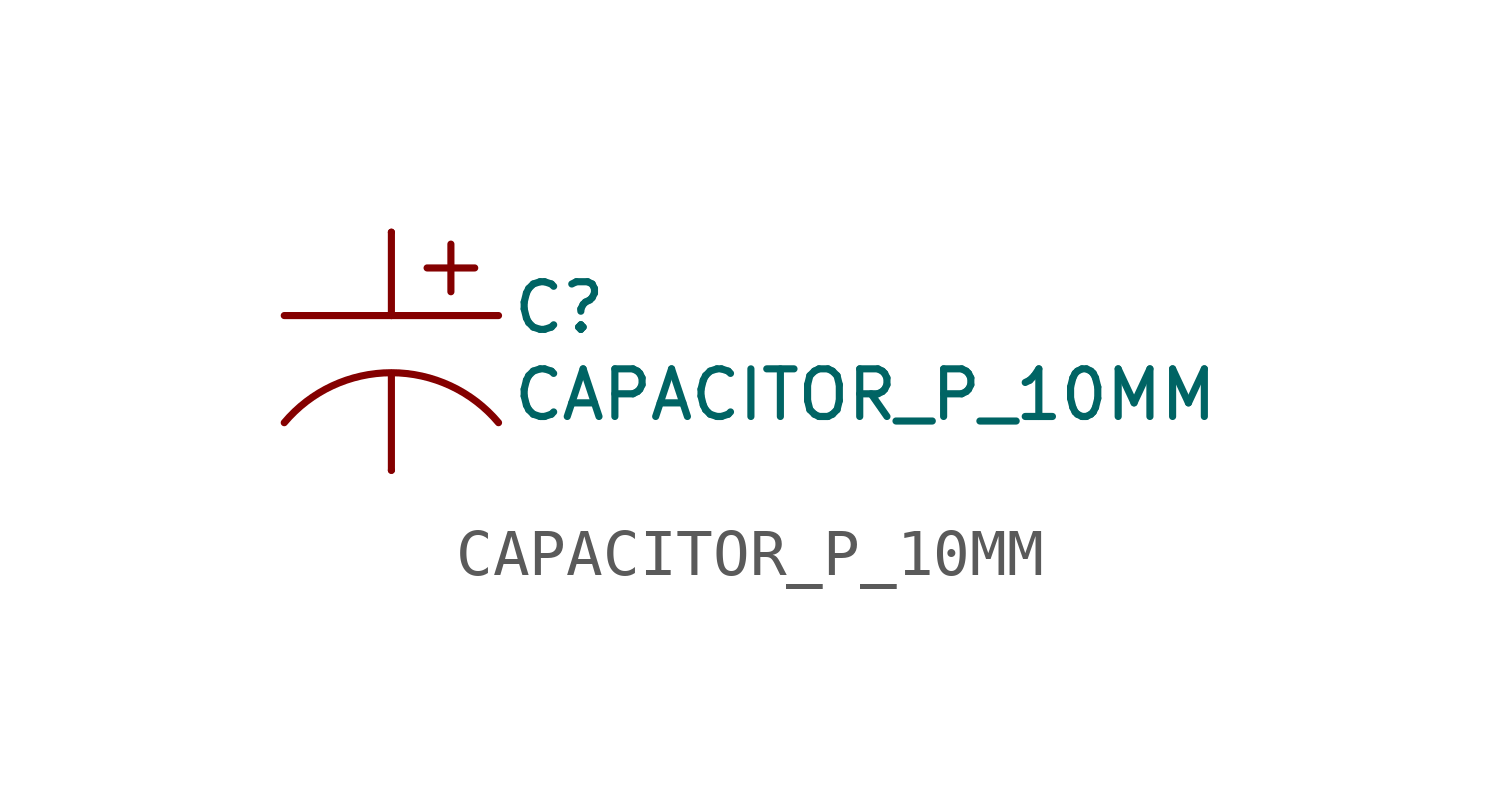
<source format=kicad_sym>
(kicad_symbol_lib
  (version 20211014)
  (generator kicad_symbol_editor)
  (symbol "CAPACITOR_P_10MM"
    (property "Reference" "C"
      (at 2.54 1.524 0)
      (effects (font (size 1.016 1.016)) (justify left top)))
    (property "Value" "CAPACITOR_P_10MM"
      (at 2.54 -1.524 0)
      (effects (font (size 1.016 1.016)) (justify left bottom)))
    (property "ki_locked" ""
      (at 0 0 0)
      (effects (font (size 1.27 1.27))))
    (symbol "CAPACITOR_P_10MM_1_0"
      (polyline (pts (xy -2.286 0.762) (xy 0 0.762)) (stroke (width 0.152) (type default) (color 0 0 0 0)) (fill (type none)))
      (polyline (pts (xy 0 -2.54) (xy 0 -0.508)) (stroke (width 0.152) (type default) (color 0 0 0 0)) (fill (type none)))
      (polyline (pts (xy 0 0.762) (xy 2.286 0.762)) (stroke (width 0.152) (type default) (color 0 0 0 0)) (fill (type none)))
      (polyline (pts (xy 0 2.54) (xy 0 0.762)) (stroke (width 0.152) (type default) (color 0 0 0 0)) (fill (type none)))
      (polyline (pts (xy 1.27 2.286) (xy 1.27 1.27)) (stroke (width 0.152) (type default) (color 0 0 0 0)) (fill (type none)))
      (polyline (pts (xy 1.778 1.778) (xy 0.762 1.778)) (stroke (width 0.152) (type default) (color 0 0 0 0)) (fill (type none)))
      (arc (start 2.286 -1.524) (mid 0 -0.458) (end -2.286 -1.524) (stroke (width 0.1524) (type default) (color 0 0 0 0)) (fill (type none)))
      (pin passive line (at 0 2.54 270) (length 0) (name "P$1" (effects (font (size 0 0)))) (number "P$1" (effects (font (size 0 0)))))
      (pin passive line (at 0 -2.54 90) (length 0) (name "P$2" (effects (font (size 0 0)))) (number "P$2" (effects (font (size 0 0))))))))
</source>
